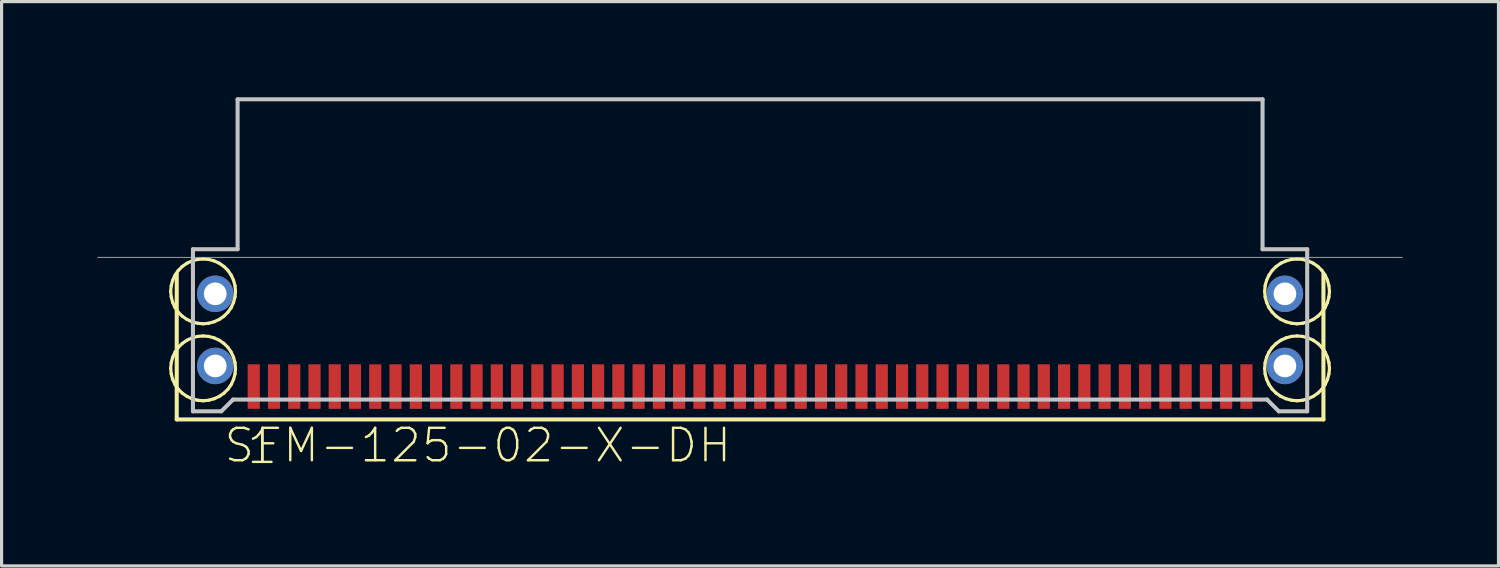
<source format=kicad_pcb>
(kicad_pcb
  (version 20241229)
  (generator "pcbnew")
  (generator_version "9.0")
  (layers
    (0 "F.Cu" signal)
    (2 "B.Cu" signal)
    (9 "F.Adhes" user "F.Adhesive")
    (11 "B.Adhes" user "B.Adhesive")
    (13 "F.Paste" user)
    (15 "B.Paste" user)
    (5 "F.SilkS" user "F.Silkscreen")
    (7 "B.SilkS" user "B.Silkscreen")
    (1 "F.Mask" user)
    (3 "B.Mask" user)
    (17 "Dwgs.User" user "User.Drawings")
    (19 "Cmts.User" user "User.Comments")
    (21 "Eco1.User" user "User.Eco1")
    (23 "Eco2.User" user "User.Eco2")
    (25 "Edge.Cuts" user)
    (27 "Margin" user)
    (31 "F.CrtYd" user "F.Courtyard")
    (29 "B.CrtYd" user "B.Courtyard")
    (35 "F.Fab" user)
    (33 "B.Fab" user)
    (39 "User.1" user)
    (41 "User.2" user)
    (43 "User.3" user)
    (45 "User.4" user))
  (footprint "SFM-125-02-X-DH"
    (layer "F.Cu")
    (at 20.46 5.016)
    (property "Reference" "SFM-125-02-X-DH" (at -8.534 5.893 0) (layer "F.SilkS") (effects (font (size 1.016 1.016) (thickness 0.076))))
    (attr smd)
    (fp_line (start -18.161 1.067) (end -18.143 0.889) (stroke (width 0.1) (type solid)) (layer "F.SilkS"))
    (fp_line (start -18.161 3.48) (end -18.143 3.302) (stroke (width 0.1) (type solid)) (layer "F.SilkS"))
    (fp_line (start -18.143 0.889) (end -18.098 0.719) (stroke (width 0.1) (type solid)) (layer "F.SilkS"))
    (fp_line (start -18.143 1.242) (end -18.161 1.067) (stroke (width 0.1) (type solid)) (layer "F.SilkS"))
    (fp_line (start -18.143 3.302) (end -18.098 3.132) (stroke (width 0.1) (type solid)) (layer "F.SilkS"))
    (fp_line (start -18.143 3.655) (end -18.161 3.48) (stroke (width 0.1) (type solid)) (layer "F.SilkS"))
    (fp_line (start -18.098 0.719) (end -18.024 0.559) (stroke (width 0.1) (type solid)) (layer "F.SilkS"))
    (fp_line (start -18.098 1.412) (end -18.143 1.242) (stroke (width 0.1) (type solid)) (layer "F.SilkS"))
    (fp_line (start -18.098 3.132) (end -18.024 2.972) (stroke (width 0.1) (type solid)) (layer "F.SilkS"))
    (fp_line (start -18.098 3.825) (end -18.143 3.655) (stroke (width 0.1) (type solid)) (layer "F.SilkS"))
    (fp_line (start -18.024 0.559) (end -17.922 0.411) (stroke (width 0.1) (type solid)) (layer "F.SilkS"))
    (fp_line (start -18.024 1.575) (end -18.098 1.412) (stroke (width 0.1) (type solid)) (layer "F.SilkS"))
    (fp_line (start -18.024 2.972) (end -17.922 2.824) (stroke (width 0.1) (type solid)) (layer "F.SilkS"))
    (fp_line (start -18.024 3.988) (end -18.098 3.825) (stroke (width 0.1) (type solid)) (layer "F.SilkS"))
    (fp_line (start -17.971 0.508) (end -17.971 5.08) (stroke (width 0.127) (type solid)) (layer "F.SilkS"))
    (fp_line (start -17.971 5.08) (end 17.971 5.08) (stroke (width 0.127) (type solid)) (layer "F.SilkS"))
    (fp_line (start -17.922 0.411) (end -17.798 0.287) (stroke (width 0.1) (type solid)) (layer "F.SilkS"))
    (fp_line (start -17.922 1.72) (end -18.024 1.575) (stroke (width 0.1) (type solid)) (layer "F.SilkS"))
    (fp_line (start -17.922 2.824) (end -17.798 2.7) (stroke (width 0.1) (type solid)) (layer "F.SilkS"))
    (fp_line (start -17.922 4.133) (end -18.024 3.988) (stroke (width 0.1) (type solid)) (layer "F.SilkS"))
    (fp_line (start -17.798 0.287) (end -17.65 0.185) (stroke (width 0.1) (type solid)) (layer "F.SilkS"))
    (fp_line (start -17.798 1.844) (end -17.922 1.72) (stroke (width 0.1) (type solid)) (layer "F.SilkS"))
    (fp_line (start -17.798 2.7) (end -17.65 2.598) (stroke (width 0.1) (type solid)) (layer "F.SilkS"))
    (fp_line (start -17.798 4.257) (end -17.922 4.133) (stroke (width 0.1) (type solid)) (layer "F.SilkS"))
    (fp_line (start -17.65 0.185) (end -17.49 0.112) (stroke (width 0.1) (type solid)) (layer "F.SilkS"))
    (fp_line (start -17.65 1.946) (end -17.798 1.844) (stroke (width 0.1) (type solid)) (layer "F.SilkS"))
    (fp_line (start -17.65 2.598) (end -17.49 2.525) (stroke (width 0.1) (type solid)) (layer "F.SilkS"))
    (fp_line (start -17.65 4.359) (end -17.798 4.257) (stroke (width 0.1) (type solid)) (layer "F.SilkS"))
    (fp_line (start -17.49 0.112) (end -17.32 0.066) (stroke (width 0.1) (type solid)) (layer "F.SilkS"))
    (fp_line (start -17.49 2.019) (end -17.65 1.946) (stroke (width 0.1) (type solid)) (layer "F.SilkS"))
    (fp_line (start -17.49 2.525) (end -17.32 2.479) (stroke (width 0.1) (type solid)) (layer "F.SilkS"))
    (fp_line (start -17.49 4.432) (end -17.65 4.359) (stroke (width 0.1) (type solid)) (layer "F.SilkS"))
    (fp_line (start -17.32 0.066) (end -17.145 0.051) (stroke (width 0.1) (type solid)) (layer "F.SilkS"))
    (fp_line (start -17.32 2.065) (end -17.49 2.019) (stroke (width 0.1) (type solid)) (layer "F.SilkS"))
    (fp_line (start -17.32 2.479) (end -17.145 2.464) (stroke (width 0.1) (type solid)) (layer "F.SilkS"))
    (fp_line (start -17.32 4.478) (end -17.49 4.432) (stroke (width 0.1) (type solid)) (layer "F.SilkS"))
    (fp_line (start -17.145 0.051) (end -16.967 0.066) (stroke (width 0.1) (type solid)) (layer "F.SilkS"))
    (fp_line (start -17.145 2.083) (end -17.32 2.065) (stroke (width 0.1) (type solid)) (layer "F.SilkS"))
    (fp_line (start -17.145 2.464) (end -16.967 2.479) (stroke (width 0.1) (type solid)) (layer "F.SilkS"))
    (fp_line (start -17.145 4.496) (end -17.32 4.478) (stroke (width 0.1) (type solid)) (layer "F.SilkS"))
    (fp_line (start -16.967 0.066) (end -16.797 0.112) (stroke (width 0.1) (type solid)) (layer "F.SilkS"))
    (fp_line (start -16.967 2.065) (end -17.145 2.083) (stroke (width 0.1) (type solid)) (layer "F.SilkS"))
    (fp_line (start -16.967 2.479) (end -16.797 2.525) (stroke (width 0.1) (type solid)) (layer "F.SilkS"))
    (fp_line (start -16.967 4.478) (end -17.145 4.496) (stroke (width 0.1) (type solid)) (layer "F.SilkS"))
    (fp_line (start -16.797 0.112) (end -16.637 0.185) (stroke (width 0.1) (type solid)) (layer "F.SilkS"))
    (fp_line (start -16.797 2.019) (end -16.967 2.065) (stroke (width 0.1) (type solid)) (layer "F.SilkS"))
    (fp_line (start -16.797 2.525) (end -16.637 2.598) (stroke (width 0.1) (type solid)) (layer "F.SilkS"))
    (fp_line (start -16.797 4.432) (end -16.967 4.478) (stroke (width 0.1) (type solid)) (layer "F.SilkS"))
    (fp_line (start -16.637 0.185) (end -16.49 0.287) (stroke (width 0.1) (type solid)) (layer "F.SilkS"))
    (fp_line (start -16.637 1.946) (end -16.797 2.019) (stroke (width 0.1) (type solid)) (layer "F.SilkS"))
    (fp_line (start -16.637 2.598) (end -16.49 2.7) (stroke (width 0.1) (type solid)) (layer "F.SilkS"))
    (fp_line (start -16.637 4.359) (end -16.797 4.432) (stroke (width 0.1) (type solid)) (layer "F.SilkS"))
    (fp_line (start -16.49 0.287) (end -16.365 0.411) (stroke (width 0.1) (type solid)) (layer "F.SilkS"))
    (fp_line (start -16.49 1.844) (end -16.637 1.946) (stroke (width 0.1) (type solid)) (layer "F.SilkS"))
    (fp_line (start -16.49 2.7) (end -16.365 2.824) (stroke (width 0.1) (type solid)) (layer "F.SilkS"))
    (fp_line (start -16.49 4.257) (end -16.637 4.359) (stroke (width 0.1) (type solid)) (layer "F.SilkS"))
    (fp_line (start -16.365 0.411) (end -16.264 0.559) (stroke (width 0.1) (type solid)) (layer "F.SilkS"))
    (fp_line (start -16.365 1.72) (end -16.49 1.844) (stroke (width 0.1) (type solid)) (layer "F.SilkS"))
    (fp_line (start -16.365 2.824) (end -16.264 2.972) (stroke (width 0.1) (type solid)) (layer "F.SilkS"))
    (fp_line (start -16.365 4.133) (end -16.49 4.257) (stroke (width 0.1) (type solid)) (layer "F.SilkS"))
    (fp_line (start -16.264 0.559) (end -16.19 0.719) (stroke (width 0.1) (type solid)) (layer "F.SilkS"))
    (fp_line (start -16.264 1.575) (end -16.365 1.72) (stroke (width 0.1) (type solid)) (layer "F.SilkS"))
    (fp_line (start -16.264 2.972) (end -16.19 3.132) (stroke (width 0.1) (type solid)) (layer "F.SilkS"))
    (fp_line (start -16.264 3.988) (end -16.365 4.133) (stroke (width 0.1) (type solid)) (layer "F.SilkS"))
    (fp_line (start -16.19 0.719) (end -16.144 0.889) (stroke (width 0.1) (type solid)) (layer "F.SilkS"))
    (fp_line (start -16.19 1.412) (end -16.264 1.575) (stroke (width 0.1) (type solid)) (layer "F.SilkS"))
    (fp_line (start -16.19 3.132) (end -16.144 3.302) (stroke (width 0.1) (type solid)) (layer "F.SilkS"))
    (fp_line (start -16.19 3.825) (end -16.264 3.988) (stroke (width 0.1) (type solid)) (layer "F.SilkS"))
    (fp_line (start -16.144 0.889) (end -16.129 1.067) (stroke (width 0.1) (type solid)) (layer "F.SilkS"))
    (fp_line (start -16.144 1.242) (end -16.19 1.412) (stroke (width 0.1) (type solid)) (layer "F.SilkS"))
    (fp_line (start -16.144 3.302) (end -16.129 3.48) (stroke (width 0.1) (type solid)) (layer "F.SilkS"))
    (fp_line (start -16.144 3.655) (end -16.19 3.825) (stroke (width 0.1) (type solid)) (layer "F.SilkS"))
    (fp_line (start -16.129 1.067) (end -16.144 1.242) (stroke (width 0.1) (type solid)) (layer "F.SilkS"))
    (fp_line (start -16.129 3.48) (end -16.144 3.655) (stroke (width 0.1) (type solid)) (layer "F.SilkS"))
    (fp_line (start 16.129 1.067) (end 16.144 0.889) (stroke (width 0.1) (type solid)) (layer "F.SilkS"))
    (fp_line (start 16.129 3.48) (end 16.144 3.302) (stroke (width 0.1) (type solid)) (layer "F.SilkS"))
    (fp_line (start 16.144 0.889) (end 16.19 0.719) (stroke (width 0.1) (type solid)) (layer "F.SilkS"))
    (fp_line (start 16.144 1.242) (end 16.129 1.067) (stroke (width 0.1) (type solid)) (layer "F.SilkS"))
    (fp_line (start 16.144 3.302) (end 16.19 3.132) (stroke (width 0.1) (type solid)) (layer "F.SilkS"))
    (fp_line (start 16.144 3.655) (end 16.129 3.48) (stroke (width 0.1) (type solid)) (layer "F.SilkS"))
    (fp_line (start 16.19 0.719) (end 16.264 0.559) (stroke (width 0.1) (type solid)) (layer "F.SilkS"))
    (fp_line (start 16.19 1.412) (end 16.144 1.242) (stroke (width 0.1) (type solid)) (layer "F.SilkS"))
    (fp_line (start 16.19 3.132) (end 16.264 2.972) (stroke (width 0.1) (type solid)) (layer "F.SilkS"))
    (fp_line (start 16.19 3.825) (end 16.144 3.655) (stroke (width 0.1) (type solid)) (layer "F.SilkS"))
    (fp_line (start 16.264 0.559) (end 16.365 0.411) (stroke (width 0.1) (type solid)) (layer "F.SilkS"))
    (fp_line (start 16.264 1.575) (end 16.19 1.412) (stroke (width 0.1) (type solid)) (layer "F.SilkS"))
    (fp_line (start 16.264 2.972) (end 16.365 2.824) (stroke (width 0.1) (type solid)) (layer "F.SilkS"))
    (fp_line (start 16.264 3.988) (end 16.19 3.825) (stroke (width 0.1) (type solid)) (layer "F.SilkS"))
    (fp_line (start 16.365 0.411) (end 16.49 0.287) (stroke (width 0.1) (type solid)) (layer "F.SilkS"))
    (fp_line (start 16.365 1.72) (end 16.264 1.575) (stroke (width 0.1) (type solid)) (layer "F.SilkS"))
    (fp_line (start 16.365 2.824) (end 16.49 2.7) (stroke (width 0.1) (type solid)) (layer "F.SilkS"))
    (fp_line (start 16.365 4.133) (end 16.264 3.988) (stroke (width 0.1) (type solid)) (layer "F.SilkS"))
    (fp_line (start 16.49 0.287) (end 16.637 0.185) (stroke (width 0.1) (type solid)) (layer "F.SilkS"))
    (fp_line (start 16.49 1.844) (end 16.365 1.72) (stroke (width 0.1) (type solid)) (layer "F.SilkS"))
    (fp_line (start 16.49 2.7) (end 16.637 2.598) (stroke (width 0.1) (type solid)) (layer "F.SilkS"))
    (fp_line (start 16.49 4.257) (end 16.365 4.133) (stroke (width 0.1) (type solid)) (layer "F.SilkS"))
    (fp_line (start 16.637 0.185) (end 16.797 0.112) (stroke (width 0.1) (type solid)) (layer "F.SilkS"))
    (fp_line (start 16.637 1.946) (end 16.49 1.844) (stroke (width 0.1) (type solid)) (layer "F.SilkS"))
    (fp_line (start 16.637 2.598) (end 16.797 2.525) (stroke (width 0.1) (type solid)) (layer "F.SilkS"))
    (fp_line (start 16.637 4.359) (end 16.49 4.257) (stroke (width 0.1) (type solid)) (layer "F.SilkS"))
    (fp_line (start 16.797 0.112) (end 16.967 0.066) (stroke (width 0.1) (type solid)) (layer "F.SilkS"))
    (fp_line (start 16.797 2.019) (end 16.637 1.946) (stroke (width 0.1) (type solid)) (layer "F.SilkS"))
    (fp_line (start 16.797 2.525) (end 16.967 2.479) (stroke (width 0.1) (type solid)) (layer "F.SilkS"))
    (fp_line (start 16.797 4.432) (end 16.637 4.359) (stroke (width 0.1) (type solid)) (layer "F.SilkS"))
    (fp_line (start 16.967 0.066) (end 17.145 0.051) (stroke (width 0.1) (type solid)) (layer "F.SilkS"))
    (fp_line (start 16.967 2.065) (end 16.797 2.019) (stroke (width 0.1) (type solid)) (layer "F.SilkS"))
    (fp_line (start 16.967 2.479) (end 17.145 2.464) (stroke (width 0.1) (type solid)) (layer "F.SilkS"))
    (fp_line (start 16.967 4.478) (end 16.797 4.432) (stroke (width 0.1) (type solid)) (layer "F.SilkS"))
    (fp_line (start 17.145 0.051) (end 17.32 0.066) (stroke (width 0.1) (type solid)) (layer "F.SilkS"))
    (fp_line (start 17.145 2.083) (end 16.967 2.065) (stroke (width 0.1) (type solid)) (layer "F.SilkS"))
    (fp_line (start 17.145 2.464) (end 17.32 2.479) (stroke (width 0.1) (type solid)) (layer "F.SilkS"))
    (fp_line (start 17.145 4.496) (end 16.967 4.478) (stroke (width 0.1) (type solid)) (layer "F.SilkS"))
    (fp_line (start 17.32 0.066) (end 17.49 0.112) (stroke (width 0.1) (type solid)) (layer "F.SilkS"))
    (fp_line (start 17.32 2.065) (end 17.145 2.083) (stroke (width 0.1) (type solid)) (layer "F.SilkS"))
    (fp_line (start 17.32 2.479) (end 17.49 2.525) (stroke (width 0.1) (type solid)) (layer "F.SilkS"))
    (fp_line (start 17.32 4.478) (end 17.145 4.496) (stroke (width 0.1) (type solid)) (layer "F.SilkS"))
    (fp_line (start 17.49 0.112) (end 17.65 0.185) (stroke (width 0.1) (type solid)) (layer "F.SilkS"))
    (fp_line (start 17.49 2.019) (end 17.32 2.065) (stroke (width 0.1) (type solid)) (layer "F.SilkS"))
    (fp_line (start 17.49 2.525) (end 17.65 2.598) (stroke (width 0.1) (type solid)) (layer "F.SilkS"))
    (fp_line (start 17.49 4.432) (end 17.32 4.478) (stroke (width 0.1) (type solid)) (layer "F.SilkS"))
    (fp_line (start 17.65 0.185) (end 17.798 0.287) (stroke (width 0.1) (type solid)) (layer "F.SilkS"))
    (fp_line (start 17.65 1.946) (end 17.49 2.019) (stroke (width 0.1) (type solid)) (layer "F.SilkS"))
    (fp_line (start 17.65 2.598) (end 17.798 2.7) (stroke (width 0.1) (type solid)) (layer "F.SilkS"))
    (fp_line (start 17.65 4.359) (end 17.49 4.432) (stroke (width 0.1) (type solid)) (layer "F.SilkS"))
    (fp_line (start 17.798 0.287) (end 17.922 0.411) (stroke (width 0.1) (type solid)) (layer "F.SilkS"))
    (fp_line (start 17.798 1.844) (end 17.65 1.946) (stroke (width 0.1) (type solid)) (layer "F.SilkS"))
    (fp_line (start 17.798 2.7) (end 17.922 2.824) (stroke (width 0.1) (type solid)) (layer "F.SilkS"))
    (fp_line (start 17.798 4.257) (end 17.65 4.359) (stroke (width 0.1) (type solid)) (layer "F.SilkS"))
    (fp_line (start 17.922 0.411) (end 18.024 0.559) (stroke (width 0.1) (type solid)) (layer "F.SilkS"))
    (fp_line (start 17.922 1.72) (end 17.798 1.844) (stroke (width 0.1) (type solid)) (layer "F.SilkS"))
    (fp_line (start 17.922 2.824) (end 18.024 2.972) (stroke (width 0.1) (type solid)) (layer "F.SilkS"))
    (fp_line (start 17.922 4.133) (end 17.798 4.257) (stroke (width 0.1) (type solid)) (layer "F.SilkS"))
    (fp_line (start 17.971 5.08) (end 17.971 0.508) (stroke (width 0.127) (type solid)) (layer "F.SilkS"))
    (fp_line (start 18.024 0.559) (end 18.098 0.719) (stroke (width 0.1) (type solid)) (layer "F.SilkS"))
    (fp_line (start 18.024 1.575) (end 17.922 1.72) (stroke (width 0.1) (type solid)) (layer "F.SilkS"))
    (fp_line (start 18.024 2.972) (end 18.098 3.132) (stroke (width 0.1) (type solid)) (layer "F.SilkS"))
    (fp_line (start 18.024 3.988) (end 17.922 4.133) (stroke (width 0.1) (type solid)) (layer "F.SilkS"))
    (fp_line (start 18.098 0.719) (end 18.143 0.889) (stroke (width 0.1) (type solid)) (layer "F.SilkS"))
    (fp_line (start 18.098 1.412) (end 18.024 1.575) (stroke (width 0.1) (type solid)) (layer "F.SilkS"))
    (fp_line (start 18.098 3.132) (end 18.143 3.302) (stroke (width 0.1) (type solid)) (layer "F.SilkS"))
    (fp_line (start 18.098 3.825) (end 18.024 3.988) (stroke (width 0.1) (type solid)) (layer "F.SilkS"))
    (fp_line (start 18.143 0.889) (end 18.161 1.067) (stroke (width 0.1) (type solid)) (layer "F.SilkS"))
    (fp_line (start 18.143 1.242) (end 18.098 1.412) (stroke (width 0.1) (type solid)) (layer "F.SilkS"))
    (fp_line (start 18.143 3.302) (end 18.161 3.48) (stroke (width 0.1) (type solid)) (layer "F.SilkS"))
    (fp_line (start 18.143 3.655) (end 18.098 3.825) (stroke (width 0.1) (type solid)) (layer "F.SilkS"))
    (fp_line (start 18.161 1.067) (end 18.143 1.242) (stroke (width 0.1) (type solid)) (layer "F.SilkS"))
    (fp_line (start 18.161 3.48) (end 18.143 3.655) (stroke (width 0.1) (type solid)) (layer "F.SilkS"))
    (fp_line (start -20.447 0) (end 20.447 0) (stroke (width 0.025) (type solid)) (layer "Dwgs.User"))
    (fp_line (start -17.462 -0.254) (end -16.063 -0.254) (stroke (width 0.127) (type solid)) (layer "Dwgs.User"))
    (fp_line (start -17.462 4.826) (end -17.462 -0.254) (stroke (width 0.127) (type solid)) (layer "Dwgs.User"))
    (fp_line (start -16.573 4.826) (end -17.462 4.826) (stroke (width 0.127) (type solid)) (layer "Dwgs.User"))
    (fp_line (start -16.205 4.458) (end -16.573 4.826) (stroke (width 0.127) (type solid)) (layer "Dwgs.User"))
    (fp_line (start -16.063 -4.953) (end 16.063 -4.953) (stroke (width 0.127) (type solid)) (layer "Dwgs.User"))
    (fp_line (start -16.063 -0.254) (end -16.063 -4.953) (stroke (width 0.127) (type solid)) (layer "Dwgs.User"))
    (fp_line (start 16.063 -4.953) (end 16.063 -0.254) (stroke (width 0.127) (type solid)) (layer "Dwgs.User"))
    (fp_line (start 16.063 -0.254) (end 17.462 -0.254) (stroke (width 0.127) (type solid)) (layer "Dwgs.User"))
    (fp_line (start 16.205 4.458) (end -16.205 4.458) (stroke (width 0.127) (type solid)) (layer "Dwgs.User"))
    (fp_line (start 16.573 4.826) (end 16.205 4.458) (stroke (width 0.127) (type solid)) (layer "Dwgs.User"))
    (fp_line (start 17.462 -0.254) (end 17.462 4.826) (stroke (width 0.127) (type solid)) (layer "Dwgs.User"))
    (fp_line (start 17.462 4.826) (end 16.573 4.826) (stroke (width 0.127) (type solid)) (layer "Dwgs.User"))
    (fp_text user "1" (at -15.291 5.944 0) (layer "F.SilkS") (effects (font (size 1.016 1.016) (thickness 0.076))))
    (pad "1" smd rect (at -15.557 4.051) (size 0.381 1.397) (layers "F.Cu" "F.Mask" "F.Paste"))
    (pad "2" smd rect (at -14.922 4.051) (size 0.381 1.397) (layers "F.Cu" "F.Mask" "F.Paste"))
    (pad "3" smd rect (at -14.287 4.051) (size 0.381 1.397) (layers "F.Cu" "F.Mask" "F.Paste"))
    (pad "4" smd rect (at -13.652 4.051) (size 0.381 1.397) (layers "F.Cu" "F.Mask" "F.Paste"))
    (pad "5" smd rect (at -13.018 4.051) (size 0.381 1.397) (layers "F.Cu" "F.Mask" "F.Paste"))
    (pad "6" smd rect (at -12.383 4.051) (size 0.381 1.397) (layers "F.Cu" "F.Mask" "F.Paste"))
    (pad "7" smd rect (at -11.748 4.051) (size 0.381 1.397) (layers "F.Cu" "F.Mask" "F.Paste"))
    (pad "8" smd rect (at -11.113 4.051) (size 0.381 1.397) (layers "F.Cu" "F.Mask" "F.Paste"))
    (pad "9" smd rect (at -10.477 4.051) (size 0.381 1.397) (layers "F.Cu" "F.Mask" "F.Paste"))
    (pad "10" smd rect (at -9.842 4.051) (size 0.381 1.397) (layers "F.Cu" "F.Mask" "F.Paste"))
    (pad "11" smd rect (at -9.207 4.051) (size 0.381 1.397) (layers "F.Cu" "F.Mask" "F.Paste"))
    (pad "12" smd rect (at -8.572 4.051) (size 0.381 1.397) (layers "F.Cu" "F.Mask" "F.Paste"))
    (pad "13" smd rect (at -7.938 4.051) (size 0.381 1.397) (layers "F.Cu" "F.Mask" "F.Paste"))
    (pad "14" smd rect (at -7.303 4.051) (size 0.381 1.397) (layers "F.Cu" "F.Mask" "F.Paste"))
    (pad "15" smd rect (at -6.668 4.051) (size 0.381 1.397) (layers "F.Cu" "F.Mask" "F.Paste"))
    (pad "16" smd rect (at -6.032 4.051) (size 0.381 1.397) (layers "F.Cu" "F.Mask" "F.Paste"))
    (pad "17" smd rect (at -5.397 4.051) (size 0.381 1.397) (layers "F.Cu" "F.Mask" "F.Paste"))
    (pad "18" smd rect (at -4.763 4.051) (size 0.381 1.397) (layers "F.Cu" "F.Mask" "F.Paste"))
    (pad "19" smd rect (at -4.128 4.051) (size 0.381 1.397) (layers "F.Cu" "F.Mask" "F.Paste"))
    (pad "20" smd rect (at -3.493 4.051) (size 0.381 1.397) (layers "F.Cu" "F.Mask" "F.Paste"))
    (pad "21" smd rect (at -2.857 4.051) (size 0.381 1.397) (layers "F.Cu" "F.Mask" "F.Paste"))
    (pad "22" smd rect (at -2.223 4.051) (size 0.381 1.397) (layers "F.Cu" "F.Mask" "F.Paste"))
    (pad "23" smd rect (at -1.587 4.051) (size 0.381 1.397) (layers "F.Cu" "F.Mask" "F.Paste"))
    (pad "24" smd rect (at -0.953 4.051) (size 0.381 1.397) (layers "F.Cu" "F.Mask" "F.Paste"))
    (pad "25" smd rect (at -0.318 4.051) (size 0.381 1.397) (layers "F.Cu" "F.Mask" "F.Paste"))
    (pad "26" smd rect (at 0.318 4.051) (size 0.381 1.397) (layers "F.Cu" "F.Mask" "F.Paste"))
    (pad "27" smd rect (at 0.953 4.051) (size 0.381 1.397) (layers "F.Cu" "F.Mask" "F.Paste"))
    (pad "28" smd rect (at 1.587 4.051) (size 0.381 1.397) (layers "F.Cu" "F.Mask" "F.Paste"))
    (pad "29" smd rect (at 2.223 4.051) (size 0.381 1.397) (layers "F.Cu" "F.Mask" "F.Paste"))
    (pad "30" smd rect (at 2.857 4.051) (size 0.381 1.397) (layers "F.Cu" "F.Mask" "F.Paste"))
    (pad "31" smd rect (at 3.493 4.051) (size 0.381 1.397) (layers "F.Cu" "F.Mask" "F.Paste"))
    (pad "32" smd rect (at 4.128 4.051) (size 0.381 1.397) (layers "F.Cu" "F.Mask" "F.Paste"))
    (pad "33" smd rect (at 4.763 4.051) (size 0.381 1.397) (layers "F.Cu" "F.Mask" "F.Paste"))
    (pad "34" smd rect (at 5.397 4.051) (size 0.381 1.397) (layers "F.Cu" "F.Mask" "F.Paste"))
    (pad "35" smd rect (at 6.032 4.051) (size 0.381 1.397) (layers "F.Cu" "F.Mask" "F.Paste"))
    (pad "36" smd rect (at 6.668 4.051) (size 0.381 1.397) (layers "F.Cu" "F.Mask" "F.Paste"))
    (pad "37" smd rect (at 7.303 4.051) (size 0.381 1.397) (layers "F.Cu" "F.Mask" "F.Paste"))
    (pad "38" smd rect (at 7.938 4.051) (size 0.381 1.397) (layers "F.Cu" "F.Mask" "F.Paste"))
    (pad "39" smd rect (at 8.572 4.051) (size 0.381 1.397) (layers "F.Cu" "F.Mask" "F.Paste"))
    (pad "40" smd rect (at 9.207 4.051) (size 0.381 1.397) (layers "F.Cu" "F.Mask" "F.Paste"))
    (pad "41" smd rect (at 9.842 4.051) (size 0.381 1.397) (layers "F.Cu" "F.Mask" "F.Paste"))
    (pad "42" smd rect (at 10.477 4.051) (size 0.381 1.397) (layers "F.Cu" "F.Mask" "F.Paste"))
    (pad "43" smd rect (at 11.113 4.051) (size 0.381 1.397) (layers "F.Cu" "F.Mask" "F.Paste"))
    (pad "44" smd rect (at 11.748 4.051) (size 0.381 1.397) (layers "F.Cu" "F.Mask" "F.Paste"))
    (pad "45" smd rect (at 12.383 4.051) (size 0.381 1.397) (layers "F.Cu" "F.Mask" "F.Paste"))
    (pad "46" smd rect (at 13.018 4.051) (size 0.381 1.397) (layers "F.Cu" "F.Mask" "F.Paste"))
    (pad "47" smd rect (at 13.652 4.051) (size 0.381 1.397) (layers "F.Cu" "F.Mask" "F.Paste"))
    (pad "48" smd rect (at 14.287 4.051) (size 0.381 1.397) (layers "F.Cu" "F.Mask" "F.Paste"))
    (pad "49" smd rect (at 14.922 4.051) (size 0.381 1.397) (layers "F.Cu" "F.Mask" "F.Paste"))
    (pad "50" smd rect (at 15.557 4.051) (size 0.381 1.397) (layers "F.Cu" "F.Mask" "F.Paste"))
    (pad "G1" thru_hole circle (at -16.764 1.143) (size 1.143 1.143) (drill 0.711) (layers "*.Cu" "*.Paste" "*.Mask"))
    (pad "G2" thru_hole circle (at 16.764 1.143) (size 1.143 1.143) (drill 0.711) (layers "*.Cu" "*.Paste" "*.Mask"))
    (pad "G3" thru_hole circle (at -16.764 3.404) (size 1.143 1.143) (drill 0.711) (layers "*.Cu" "*.Paste" "*.Mask"))
    (pad "G4" thru_hole circle (at 16.764 3.404) (size 1.143 1.143) (drill 0.711) (layers "*.Cu" "*.Paste" "*.Mask")))
  (gr_rect
    (start -3 -3)
    (end 43.919 14.688)
    (stroke (width 0.1) (type default))
    (fill no)
    (layer "Edge.Cuts")))
</source>
